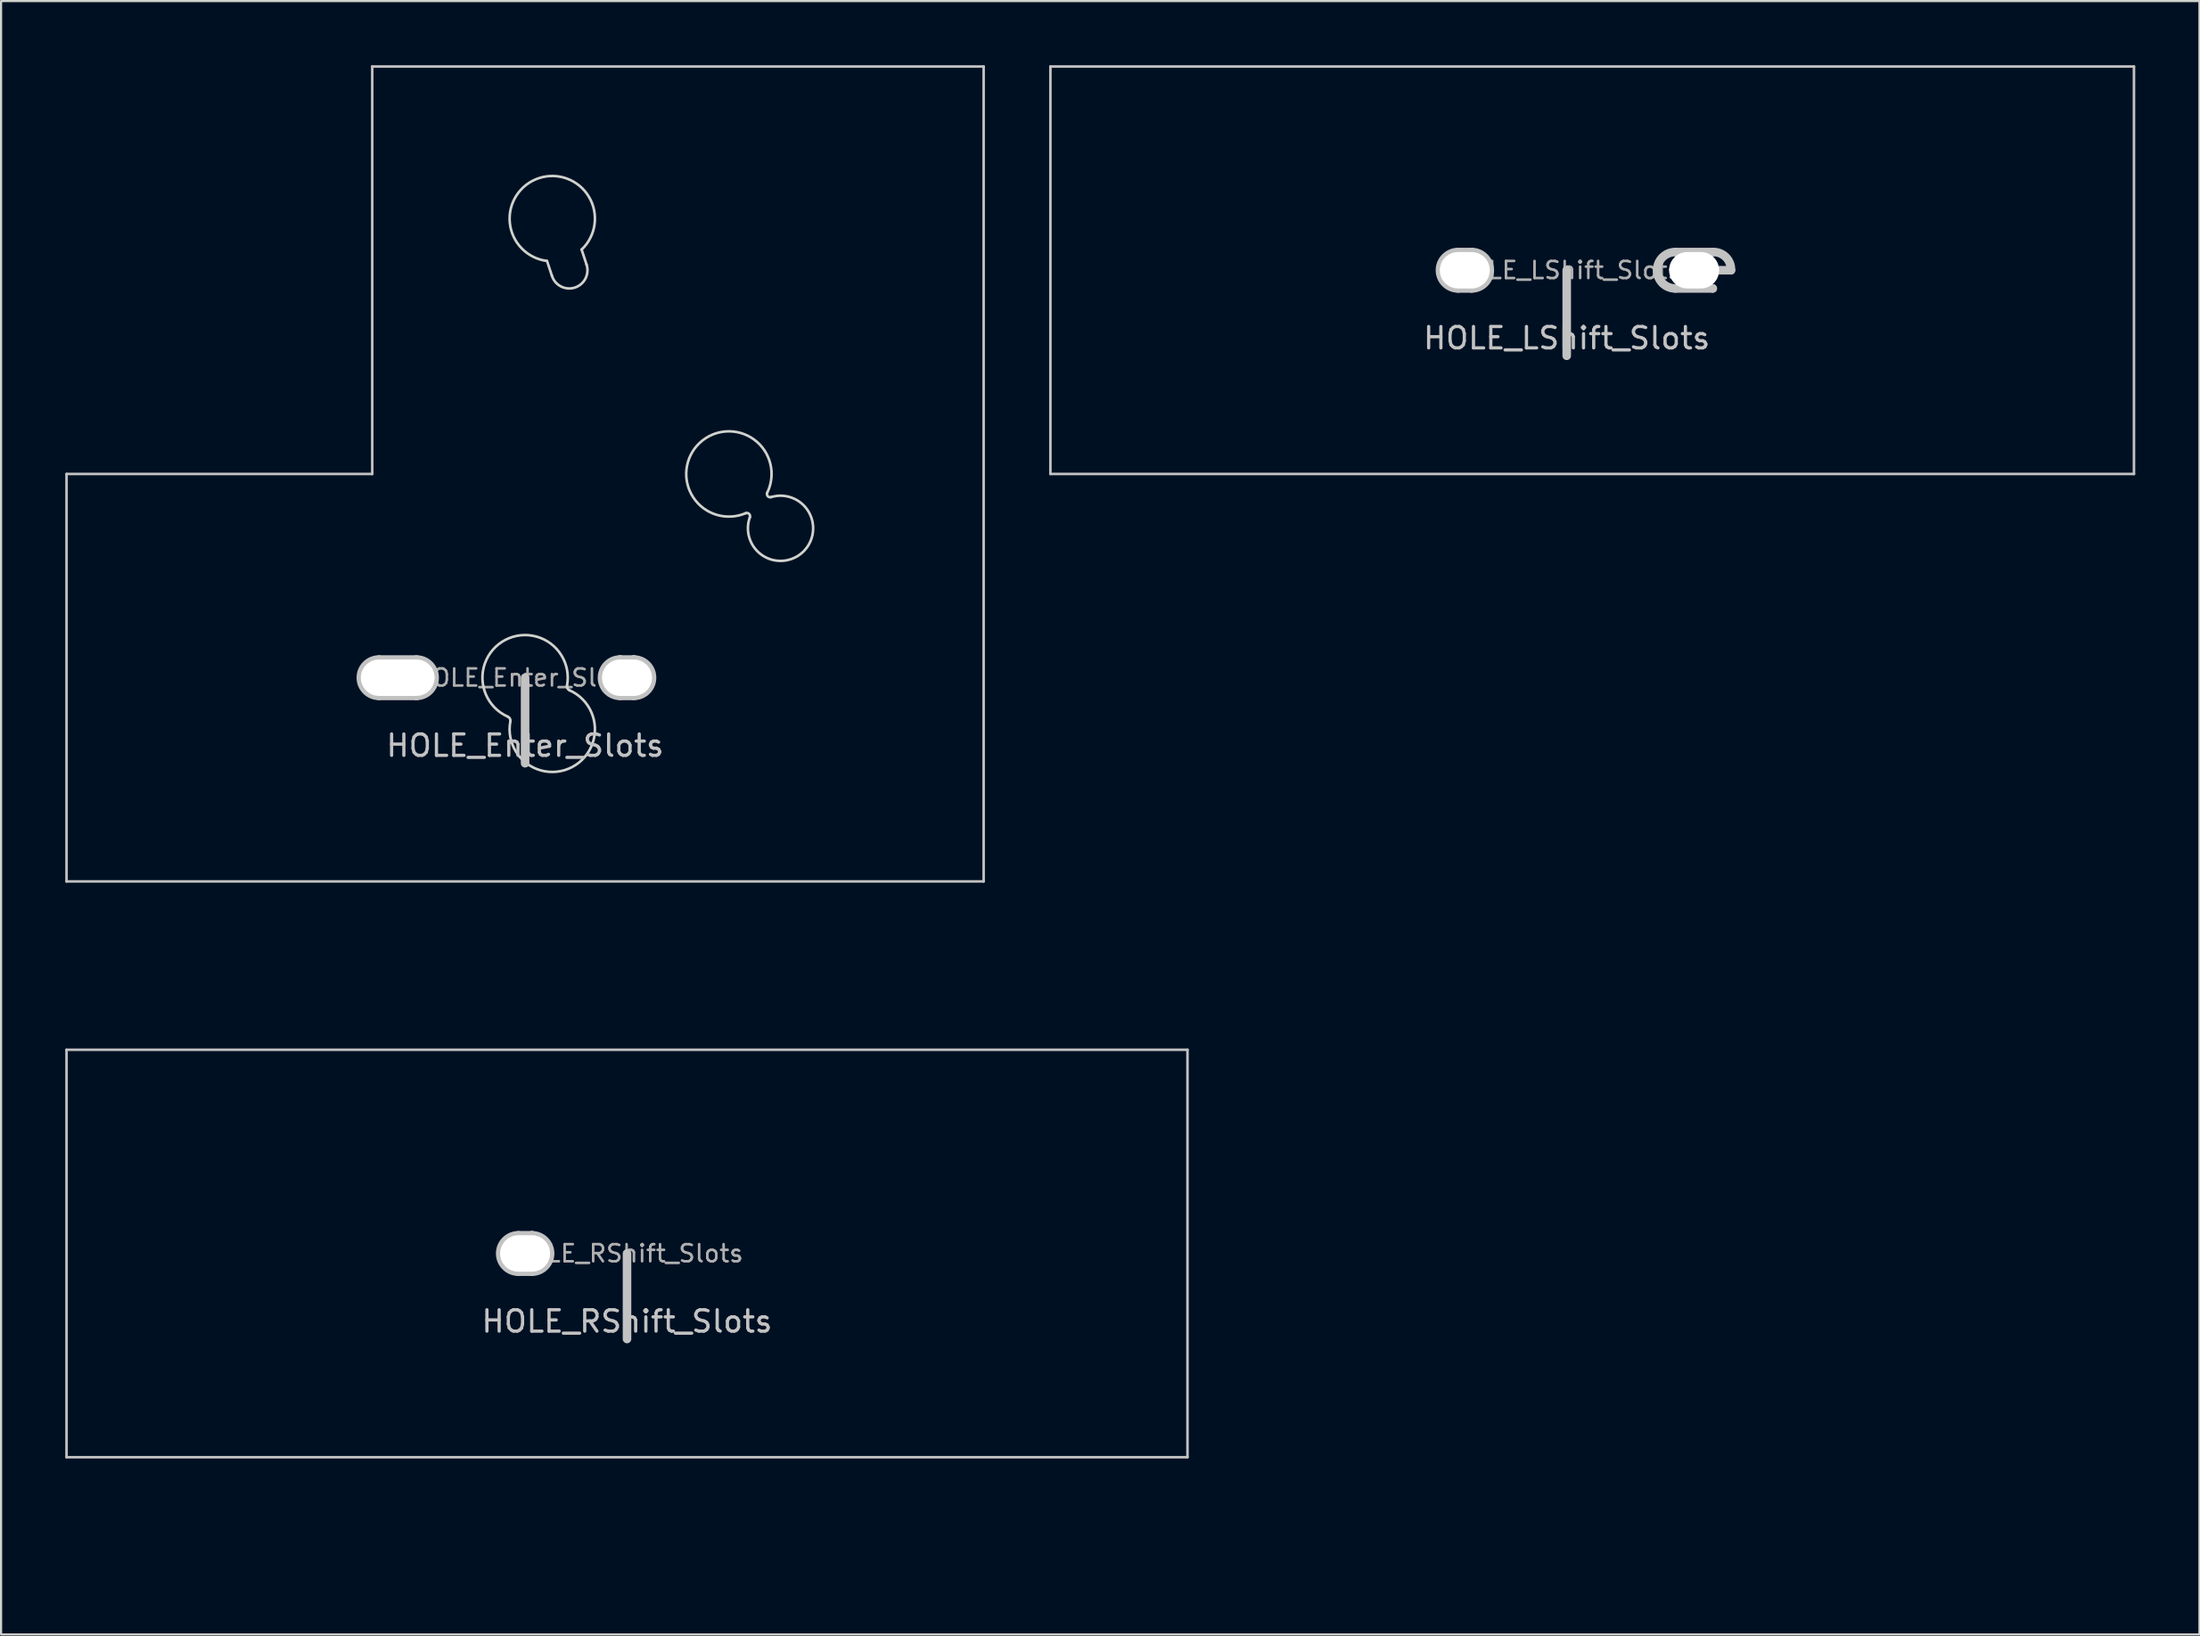
<source format=kicad_pcb>
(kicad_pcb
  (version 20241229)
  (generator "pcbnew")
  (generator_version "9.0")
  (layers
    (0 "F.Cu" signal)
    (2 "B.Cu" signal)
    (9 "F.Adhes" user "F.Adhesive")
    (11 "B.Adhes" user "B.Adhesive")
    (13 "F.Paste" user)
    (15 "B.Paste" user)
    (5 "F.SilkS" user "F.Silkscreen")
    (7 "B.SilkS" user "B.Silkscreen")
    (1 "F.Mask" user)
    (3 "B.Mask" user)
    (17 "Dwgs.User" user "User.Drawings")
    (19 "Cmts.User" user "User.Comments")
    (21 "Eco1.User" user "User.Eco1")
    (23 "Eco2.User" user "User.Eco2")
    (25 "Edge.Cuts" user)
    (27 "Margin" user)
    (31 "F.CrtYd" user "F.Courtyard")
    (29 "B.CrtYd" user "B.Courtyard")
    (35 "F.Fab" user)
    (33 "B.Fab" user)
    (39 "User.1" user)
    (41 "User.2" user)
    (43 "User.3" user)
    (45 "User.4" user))
  (footprint "HOLE_LShift_Slots"
    (layer "F.Cu")
    (at 70.172 9.585)
    (property "Reference" "HOLE_LShift_Slots" (at 0 3.175 0) (layer "Dwgs.User") (effects (font (size 1 1) (thickness 0.15))))
    (attr through_hole exclude_from_pos_files exclude_from_bom)
    (fp_line (start -24.13 -9.525) (end -24.13 9.525) (stroke (width 0.12) (type default)) (layer "Dwgs.User"))
    (fp_line (start -24.13 -9.525) (end 26.511 -9.525) (stroke (width 0.12) (type default)) (layer "Dwgs.User"))
    (fp_line (start -24.13 9.525) (end 26.511 9.525) (stroke (width 0.12) (type default)) (layer "Dwgs.User"))
    (fp_line (start -5.08 0) (end -4.763 0) (stroke (width 0.4) (type default)) (layer "Dwgs.User"))
    (fp_line (start -5.08 0) (end -4.445 0) (stroke (width 0.4) (type default)) (layer "Dwgs.User"))
    (fp_line (start -5.08 0.851) (end -4.445 0.851) (stroke (width 0.4) (type default)) (layer "Dwgs.User"))
    (fp_line (start -5.067 -0.851) (end -4.445 -0.851) (stroke (width 0.4) (type default)) (layer "Dwgs.User"))
    (fp_line (start -4.445 -0.851) (end -4.445 0) (stroke (width 0.4) (type default)) (layer "Dwgs.User"))
    (fp_line (start 0 0) (end 0 4) (stroke (width 0.4) (type default)) (layer "Dwgs.User"))
    (fp_line (start 5.08 0) (end 5.953 0) (stroke (width 0.4) (type default)) (layer "Dwgs.User"))
    (fp_line (start 5.08 0) (end 7.677 0) (stroke (width 0.4) (type default)) (layer "Dwgs.User"))
    (fp_line (start 5.08 0.851) (end 6.826 0.851) (stroke (width 0.4) (type default)) (layer "Dwgs.User"))
    (fp_line (start 5.093 -0.851) (end 6.826 -0.851) (stroke (width 0.4) (type default)) (layer "Dwgs.User"))
    (fp_line (start 6.826 0.851) (end 6.826 0.851) (stroke (width 0.4) (type default)) (layer "Dwgs.User"))
    (fp_line (start 26.511 -9.525) (end 26.511 9.525) (stroke (width 0.12) (type default)) (layer "Dwgs.User"))
    (fp_arc (start -5.079996 0.8509) (mid -5.93092 -0.006371) (end -5.067349 -0.8509) (stroke (width 0.4) (type default)) (layer "Dwgs.User"))
    (fp_arc (start -4.444996 -0.8509) (mid -3.594143 -0.000045) (end -4.445 0.8509) (stroke (width 0.4) (type default)) (layer "Dwgs.User"))
    (fp_arc (start 5.080004 0.8509) (mid 4.22908 -0.006371) (end 5.092651 -0.8509) (stroke (width 0.4) (type default)) (layer "Dwgs.User"))
    (fp_arc (start 6.826204 -0.8509) (mid 7.438549 -0.612359) (end 7.677055 0) (stroke (width 0.4) (type default)) (layer "Dwgs.User"))
    (fp_circle (center -4.763 0) (end -4.263 0) (stroke (width 0.4) (type default)) (fill no) (layer "Dwgs.User"))
    (fp_circle (center 5.953 0) (end 6.453 0) (stroke (width 0.4) (type default)) (fill no) (layer "Dwgs.User"))
    (fp_text user "" (at 1.191 13.581 0) (unlocked yes) (layer "Dwgs.User") (effects (font (size 3.048 2.743) (thickness 0.381)) (justify top)))
    (fp_text user "${REFERENCE}" (at 0 0 0) (layer "F.Fab") (effects (font (size 0.8 0.8) (thickness 0.12))))
    (pad "" np_thru_hole oval (at -4.763 0) (size 2.337 1.702) (drill oval 2.337 1.702) (layers "*.Cu" "*.Mask"))
    (pad "" np_thru_hole oval (at 5.953 0) (size 2.337 1.702) (drill oval 3.448 1.702) (layers "*.Cu" "*.Mask")))
  (footprint "HOLE_RShift_Slots"
    (layer "F.Cu")
    (at 26.254 55.555)
    (property "Reference" "HOLE_RShift_Slots" (at 0 3.175 0) (layer "Dwgs.User") (effects (font (size 1 1) (thickness 0.15))))
    (attr through_hole exclude_from_pos_files exclude_from_bom)
    (fp_line (start -26.194 -9.525) (end -26.194 9.525) (stroke (width 0.12) (type default)) (layer "Dwgs.User"))
    (fp_line (start -26.194 -9.525) (end 26.194 -9.525) (stroke (width 0.12) (type default)) (layer "Dwgs.User"))
    (fp_line (start -26.194 9.525) (end 26.194 9.525) (stroke (width 0.12) (type default)) (layer "Dwgs.User"))
    (fp_line (start -5.08 0.851) (end -4.445 0.851) (stroke (width 0.4) (type default)) (layer "Dwgs.User"))
    (fp_line (start -5.08 0) (end -4.763 0) (stroke (width 0.4) (type default)) (layer "Dwgs.User"))
    (fp_line (start -5.08 0) (end -4.445 0) (stroke (width 0.4) (type default)) (layer "Dwgs.User"))
    (fp_line (start -5.073 -0.851) (end -4.445 -0.851) (stroke (width 0.4) (type default)) (layer "Dwgs.User"))
    (fp_line (start -4.445 -0.851) (end -4.445 0) (stroke (width 0.4) (type default)) (layer "Dwgs.User"))
    (fp_line (start -4.445 0.851) (end -4.445 0.851) (stroke (width 0.4) (type default)) (layer "Dwgs.User"))
    (fp_line (start 0 0) (end 0 4) (stroke (width 0.4) (type default)) (layer "Dwgs.User"))
    (fp_line (start 26.194 -9.525) (end 26.194 9.525) (stroke (width 0.12) (type default)) (layer "Dwgs.User"))
    (fp_arc (start -5.080017 0.8509) (mid -5.930925 -0.003588) (end -5.072872 -0.8509) (stroke (width 0.4) (type default)) (layer "Dwgs.User"))
    (fp_arc (start -4.445017 -0.8509) (mid -3.594132 -0.000015) (end -4.445017 0.85087) (stroke (width 0.4) (type default)) (layer "Dwgs.User"))
    (fp_circle (center -4.763 0) (end -4.263 0) (stroke (width 0.4) (type default)) (fill no) (layer "Dwgs.User"))
    (fp_text user "" (at 0 13.668 0) (unlocked yes) (layer "Dwgs.User") (effects (font (size 3.048 2.743) (thickness 0.381)) (justify top)))
    (fp_text user "${REFERENCE}" (at 0 0 0) (layer "F.Fab") (effects (font (size 0.8 0.8) (thickness 0.12))))
    (pad "" np_thru_hole oval (at -4.763 0) (size 2.337 1.702) (drill oval 2.337 1.702) (layers "*.Cu" "*.Mask")))
  (footprint "HOLE_Enter_Slots"
    (layer "F.Cu")
    (at 21.491 28.635)
    (property "Reference" "HOLE_Enter_Slots" (at 0 3.175 0) (layer "Dwgs.User") (effects (font (size 1 1) (thickness 0.15))))
    (attr through_hole exclude_from_pos_files exclude_from_bom)
    (fp_line (start -21.431 -9.525) (end -21.431 9.525) (stroke (width 0.12) (type default)) (layer "Dwgs.User"))
    (fp_line (start -21.431 -9.525) (end -7.144 -9.525) (stroke (width 0.12) (type default)) (layer "Dwgs.User"))
    (fp_line (start -21.431 9.525) (end 21.431 9.525) (stroke (width 0.12) (type default)) (layer "Dwgs.User"))
    (fp_line (start -7.144 -28.575) (end 21.431 -28.575) (stroke (width 0.12) (type default)) (layer "Dwgs.User"))
    (fp_line (start -7.144 -9.525) (end -7.144 -28.575) (stroke (width 0.12) (type default)) (layer "Dwgs.User"))
    (fp_line (start -6.826 0.851) (end -5.076 0.851) (stroke (width 0.4) (type default)) (layer "Dwgs.User"))
    (fp_line (start -6.826 -0.851) (end -5.08 -0.851) (stroke (width 0.4) (type default)) (layer "Dwgs.User"))
    (fp_line (start -6.826 -0.000006) (end -5.953 -0.000006) (stroke (width 0.13) (type default)) (layer "Dwgs.User"))
    (fp_line (start -6.826 -0.000006) (end -5.08 -0.000006) (stroke (width 0.13) (type default)) (layer "Dwgs.User"))
    (fp_line (start -5.076 0.851) (end -5.08 -0.000006) (stroke (width 0.4) (type default)) (layer "Dwgs.User"))
    (fp_line (start -0.000035 -0.000006) (end -0.000035 4) (stroke (width 0.4) (type default)) (layer "Dwgs.User"))
    (fp_line (start 4.445 -0.000006) (end 4.762 -0.000006) (stroke (width 0.13) (type default)) (layer "Dwgs.User"))
    (fp_line (start 4.445 -0.000006) (end 5.08 -0.000006) (stroke (width 0.13) (type default)) (layer "Dwgs.User"))
    (fp_line (start 4.445 -0.851) (end 5.08 -0.851) (stroke (width 0.4) (type default)) (layer "Dwgs.User"))
    (fp_line (start 4.445 -0.851) (end 4.445 -0.851) (stroke (width 0.4) (type default)) (layer "Dwgs.User"))
    (fp_line (start 4.445 0.851) (end 5.084 0.851) (stroke (width 0.4) (type default)) (layer "Dwgs.User"))
    (fp_line (start 5.08 -0.851) (end 5.08 -0.000006) (stroke (width 0.4) (type default)) (layer "Dwgs.User"))
    (fp_line (start 21.431 -28.575) (end 21.431 9.525) (stroke (width 0.12) (type default)) (layer "Dwgs.User"))
    (fp_arc (start -6.8263 0.850894) (mid -7.677194 -0.000007) (end -6.826285 -0.850906) (stroke (width 0.4) (type default)) (layer "Dwgs.User"))
    (fp_arc (start -5.08 -0.850906) (mid -4.229097 -0.002163) (end -5.075674 0.850894) (stroke (width 0.4) (type default)) (layer "Dwgs.User"))
    (fp_arc (start 4.445 0.850894) (mid 3.594106 0) (end 4.445 -0.850894) (stroke (width 0.4) (type default)) (layer "Dwgs.User"))
    (fp_arc (start 5.08 -0.850906) (mid 5.930903 -0.002163) (end 5.084326 0.850894) (stroke (width 0.4) (type default)) (layer "Dwgs.User"))
    (fp_circle (center -5.953 -0.000006) (end -5.453 -0.000006) (stroke (width 0.4) (type default)) (fill no) (layer "Dwgs.User"))
    (fp_circle (center 4.762 -0.000006) (end 5.262 -0.000006) (stroke (width 0.4) (type default)) (fill no) (layer "Dwgs.User"))
    (fp_line (start 1.253 -18.791) (end 1.025 -19.484) (stroke (width 0.12) (type default)) (layer "Edge.Cuts"))
    (fp_line (start 2.872 -19.316) (end 2.642 -20.016) (stroke (width 0.12) (type default)) (layer "Edge.Cuts"))
    (fp_arc (start -0.805277 1.824062) (mid -0.709053 1.913872) (end -0.689501 2.044035) (stroke (width 0.12) (type default)) (layer "Edge.Cuts"))
    (fp_arc (start -0.805277 1.824062) (mid -0.928671 -1.764414) (end 1.959431 0.368952) (stroke (width 0.12) (type default)) (layer "Edge.Cuts"))
    (fp_arc (start 1.025135 -19.484195) (mid 0.646993 -23.357067) (end 2.641729 -20.015935) (stroke (width 0.12) (type default)) (layer "Edge.Cuts"))
    (fp_arc (start 2.075206 0.588926) (mid 2.198632 4.177462) (end -0.689501 2.044035) (stroke (width 0.12) (type default)) (layer "Edge.Cuts"))
    (fp_arc (start 2.075206 0.588926) (mid 1.978993 0.49911) (end 1.959431 0.368952) (stroke (width 0.12) (type default)) (layer "Edge.Cuts"))
    (fp_arc (start 2.872007 -19.31589) (mid 2.326138 -18.240566) (end 1.253154 -18.791018) (stroke (width 0.12) (type default)) (layer "Edge.Cuts"))
    (fp_arc (start 10.304143 -7.689654) (mid 10.46582 -7.660603) (end 10.503908 -7.500813) (stroke (width 0.12) (type default)) (layer "Edge.Cuts"))
    (fp_arc (start 10.304143 -7.689654) (mid 8.151705 -10.970541) (end 11.317974 -8.652793) (stroke (width 0.12) (type default)) (layer "Edge.Cuts"))
    (fp_arc (start 11.496329 -8.443613) (mid 12.987655 -5.880067) (end 10.503908 -7.500813) (stroke (width 0.12) (type default)) (layer "Edge.Cuts"))
    (fp_arc (start 11.496329 -8.443613) (mid 11.338739 -8.489872) (end 11.317974 -8.652793) (stroke (width 0.12) (type default)) (layer "Edge.Cuts"))
    (fp_text user "" (at -0.000035 13.192 0) (unlocked yes) (layer "Dwgs.User") (effects (font (size 3.048 2.743) (thickness 0.381)) (justify top)))
    (fp_text user "${REFERENCE}" (at 0 0 0) (layer "F.Fab") (effects (font (size 0.8 0.8) (thickness 0.12))))
    (pad "" np_thru_hole oval (at -5.953 -0.000006) (size 3.448 1.702) (drill oval 3.448 1.702) (layers "*.Cu" "*.Mask"))
    (pad "" np_thru_hole oval (at 4.762 -0.000006) (size 2.337 1.702) (drill oval 2.337 1.702) (layers "*.Cu" "*.Mask")))
  (gr_rect
    (start -3 -3)
    (end 99.744 73.367)
    (stroke (width 0.1) (type default))
    (fill no)
    (layer "Edge.Cuts")))
</source>
